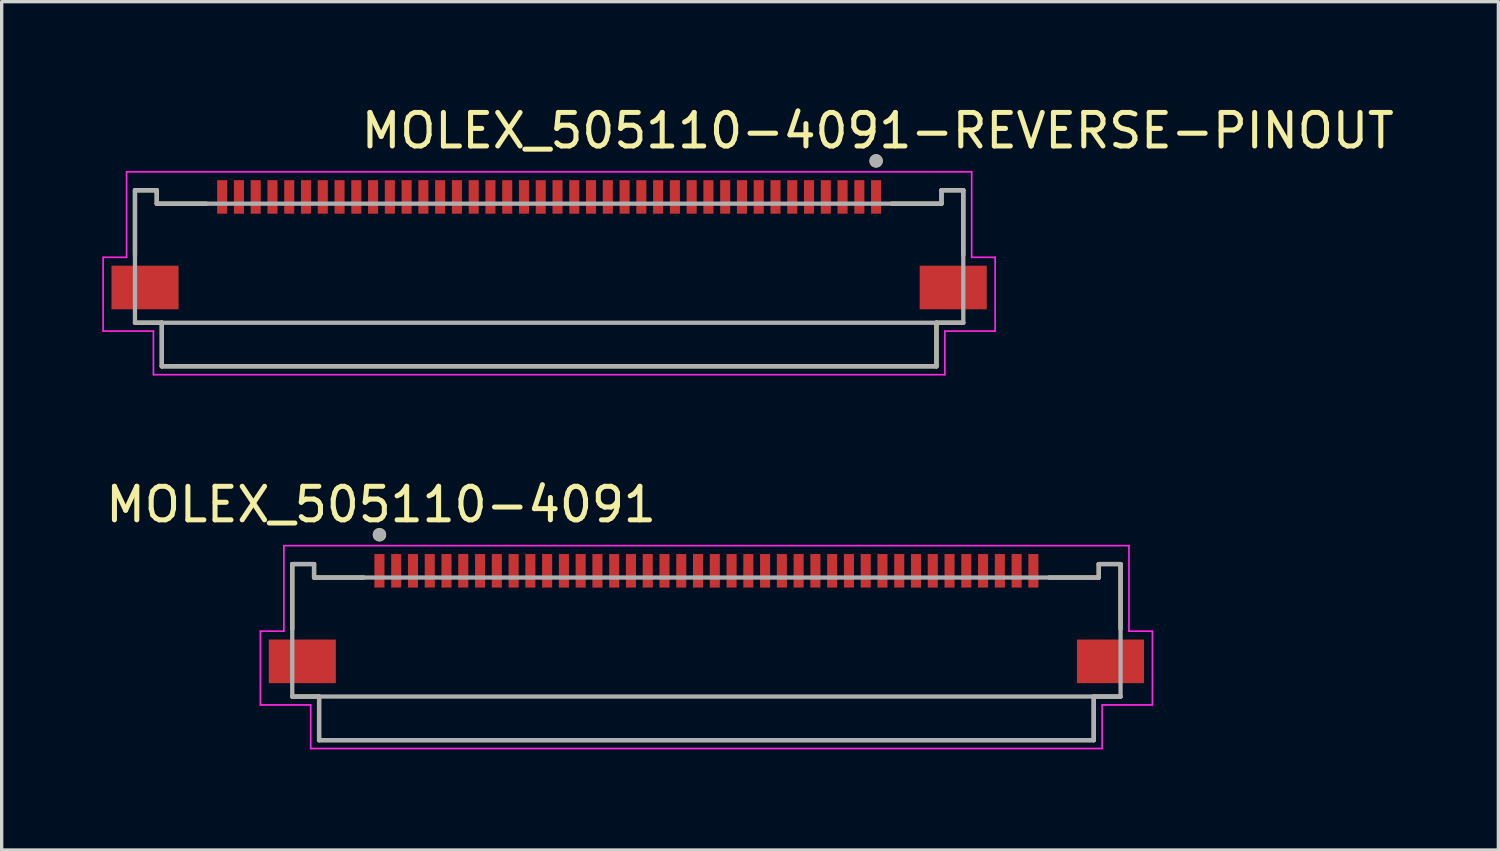
<source format=kicad_pcb>
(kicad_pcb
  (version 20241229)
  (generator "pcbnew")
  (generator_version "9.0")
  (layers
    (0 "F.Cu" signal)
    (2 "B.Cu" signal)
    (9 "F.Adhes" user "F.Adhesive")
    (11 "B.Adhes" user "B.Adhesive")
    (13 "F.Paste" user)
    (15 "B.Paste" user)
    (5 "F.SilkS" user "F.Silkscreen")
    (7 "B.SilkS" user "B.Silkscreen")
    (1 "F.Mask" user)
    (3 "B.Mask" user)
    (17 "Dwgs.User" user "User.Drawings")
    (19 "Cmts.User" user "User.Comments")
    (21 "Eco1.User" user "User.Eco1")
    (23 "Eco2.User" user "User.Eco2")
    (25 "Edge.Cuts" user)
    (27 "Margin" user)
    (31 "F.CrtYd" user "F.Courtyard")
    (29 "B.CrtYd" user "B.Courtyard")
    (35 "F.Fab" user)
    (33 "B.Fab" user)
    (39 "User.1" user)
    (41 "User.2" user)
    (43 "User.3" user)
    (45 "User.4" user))
  (footprint "MOLEX_505110-4091"
    (layer "F.Cu")
    (at 18.015 16.396)
    (property "Reference" "MOLEX_505110-4091" (at -9.7 -4.4 0) (layer "F.SilkS") (effects (font (size 1 1) (thickness 0.15))))
    (attr smd)
    (fp_line (start -12.35 -2.625) (end -12.35 -0.695) (stroke (width 0.127) (type solid)) (layer "F.SilkS"))
    (fp_line (start -12.35 1.325) (end -11.55 1.325) (stroke (width 0.127) (type solid)) (layer "F.SilkS"))
    (fp_line (start -11.7 -2.625) (end -12.35 -2.625) (stroke (width 0.127) (type solid)) (layer "F.SilkS"))
    (fp_line (start -11.7 -2.225) (end -11.7 -2.625) (stroke (width 0.127) (type solid)) (layer "F.SilkS"))
    (fp_line (start -11.7 -2.225) (end -10.22 -2.225) (stroke (width 0.127) (type solid)) (layer "F.SilkS"))
    (fp_line (start -11.55 1.325) (end -11.55 2.625) (stroke (width 0.127) (type solid)) (layer "F.SilkS"))
    (fp_line (start -11.55 2.625) (end 11.55 2.625) (stroke (width 0.127) (type solid)) (layer "F.SilkS"))
    (fp_line (start 10.22 -2.225) (end 11.7 -2.225) (stroke (width 0.127) (type solid)) (layer "F.SilkS"))
    (fp_line (start 11.55 1.325) (end 12.35 1.325) (stroke (width 0.127) (type solid)) (layer "F.SilkS"))
    (fp_line (start 11.55 2.625) (end 11.55 1.325) (stroke (width 0.127) (type solid)) (layer "F.SilkS"))
    (fp_line (start 11.7 -2.625) (end 11.7 -2.225) (stroke (width 0.127) (type solid)) (layer "F.SilkS"))
    (fp_line (start 12.35 -2.625) (end 11.7 -2.625) (stroke (width 0.127) (type solid)) (layer "F.SilkS"))
    (fp_line (start 12.35 -0.695) (end 12.35 -2.625) (stroke (width 0.127) (type solid)) (layer "F.SilkS"))
    (fp_circle (center -9.75 -3.5) (end -9.65 -3.5) (stroke (width 0.2) (type solid)) (fill no) (layer "F.SilkS"))
    (fp_line (start -13.3 -0.625) (end -12.6 -0.625) (stroke (width 0.05) (type solid)) (layer "F.CrtYd"))
    (fp_line (start -13.3 1.575) (end -13.3 -0.625) (stroke (width 0.05) (type solid)) (layer "F.CrtYd"))
    (fp_line (start -12.6 -3.175) (end 12.6 -3.175) (stroke (width 0.05) (type solid)) (layer "F.CrtYd"))
    (fp_line (start -12.6 -0.625) (end -12.6 -3.175) (stroke (width 0.05) (type solid)) (layer "F.CrtYd"))
    (fp_line (start -11.8 1.575) (end -13.3 1.575) (stroke (width 0.05) (type solid)) (layer "F.CrtYd"))
    (fp_line (start -11.8 2.875) (end -11.8 1.575) (stroke (width 0.05) (type solid)) (layer "F.CrtYd"))
    (fp_line (start 11.8 1.575) (end 11.8 2.875) (stroke (width 0.05) (type solid)) (layer "F.CrtYd"))
    (fp_line (start 11.8 2.875) (end -11.8 2.875) (stroke (width 0.05) (type solid)) (layer "F.CrtYd"))
    (fp_line (start 12.6 -3.175) (end 12.6 -0.625) (stroke (width 0.05) (type solid)) (layer "F.CrtYd"))
    (fp_line (start 12.6 -0.625) (end 13.3 -0.625) (stroke (width 0.05) (type solid)) (layer "F.CrtYd"))
    (fp_line (start 13.3 -0.625) (end 13.3 1.575) (stroke (width 0.05) (type solid)) (layer "F.CrtYd"))
    (fp_line (start 13.3 1.575) (end 11.8 1.575) (stroke (width 0.05) (type solid)) (layer "F.CrtYd"))
    (fp_line (start -12.35 -2.625) (end -12.35 1.325) (stroke (width 0.127) (type solid)) (layer "F.Fab"))
    (fp_line (start -12.35 1.325) (end -11.55 1.325) (stroke (width 0.127) (type solid)) (layer "F.Fab"))
    (fp_line (start -11.7 -2.625) (end -12.35 -2.625) (stroke (width 0.127) (type solid)) (layer "F.Fab"))
    (fp_line (start -11.7 -2.225) (end -11.7 -2.625) (stroke (width 0.127) (type solid)) (layer "F.Fab"))
    (fp_line (start -11.55 1.325) (end -11.55 2.625) (stroke (width 0.127) (type solid)) (layer "F.Fab"))
    (fp_line (start -11.55 1.325) (end 11.55 1.325) (stroke (width 0.127) (type solid)) (layer "F.Fab"))
    (fp_line (start -11.55 2.625) (end 11.55 2.625) (stroke (width 0.127) (type solid)) (layer "F.Fab"))
    (fp_line (start 11.55 1.325) (end 12.35 1.325) (stroke (width 0.127) (type solid)) (layer "F.Fab"))
    (fp_line (start 11.55 2.625) (end 11.55 1.325) (stroke (width 0.127) (type solid)) (layer "F.Fab"))
    (fp_line (start 11.7 -2.625) (end 11.7 -2.225) (stroke (width 0.127) (type solid)) (layer "F.Fab"))
    (fp_line (start 11.7 -2.225) (end -11.7 -2.225) (stroke (width 0.127) (type solid)) (layer "F.Fab"))
    (fp_line (start 12.35 -2.625) (end 11.7 -2.625) (stroke (width 0.127) (type solid)) (layer "F.Fab"))
    (fp_line (start 12.35 1.325) (end 12.35 -2.625) (stroke (width 0.127) (type solid)) (layer "F.Fab"))
    (fp_circle (center -9.75 -3.5) (end -9.65 -3.5) (stroke (width 0.2) (type solid)) (fill no) (layer "F.Fab"))
    (pad "1" smd rect (at -9.75 -2.425) (size 0.3 1) (layers "F.Cu" "F.Mask" "F.Paste"))
    (pad "2" smd rect (at -9.25 -2.425) (size 0.3 1) (layers "F.Cu" "F.Mask" "F.Paste"))
    (pad "3" smd rect (at -8.75 -2.425) (size 0.3 1) (layers "F.Cu" "F.Mask" "F.Paste"))
    (pad "4" smd rect (at -8.25 -2.425) (size 0.3 1) (layers "F.Cu" "F.Mask" "F.Paste"))
    (pad "5" smd rect (at -7.75 -2.425) (size 0.3 1) (layers "F.Cu" "F.Mask" "F.Paste"))
    (pad "6" smd rect (at -7.25 -2.425) (size 0.3 1) (layers "F.Cu" "F.Mask" "F.Paste"))
    (pad "7" smd rect (at -6.75 -2.425) (size 0.3 1) (layers "F.Cu" "F.Mask" "F.Paste"))
    (pad "8" smd rect (at -6.25 -2.425) (size 0.3 1) (layers "F.Cu" "F.Mask" "F.Paste"))
    (pad "9" smd rect (at -5.75 -2.425) (size 0.3 1) (layers "F.Cu" "F.Mask" "F.Paste"))
    (pad "10" smd rect (at -5.25 -2.425) (size 0.3 1) (layers "F.Cu" "F.Mask" "F.Paste"))
    (pad "11" smd rect (at -4.75 -2.425) (size 0.3 1) (layers "F.Cu" "F.Mask" "F.Paste"))
    (pad "12" smd rect (at -4.25 -2.425) (size 0.3 1) (layers "F.Cu" "F.Mask" "F.Paste"))
    (pad "13" smd rect (at -3.75 -2.425) (size 0.3 1) (layers "F.Cu" "F.Mask" "F.Paste"))
    (pad "14" smd rect (at -3.25 -2.425) (size 0.3 1) (layers "F.Cu" "F.Mask" "F.Paste"))
    (pad "15" smd rect (at -2.75 -2.425) (size 0.3 1) (layers "F.Cu" "F.Mask" "F.Paste"))
    (pad "16" smd rect (at -2.25 -2.425) (size 0.3 1) (layers "F.Cu" "F.Mask" "F.Paste"))
    (pad "17" smd rect (at -1.75 -2.425) (size 0.3 1) (layers "F.Cu" "F.Mask" "F.Paste"))
    (pad "18" smd rect (at -1.25 -2.425) (size 0.3 1) (layers "F.Cu" "F.Mask" "F.Paste"))
    (pad "19" smd rect (at -0.75 -2.425) (size 0.3 1) (layers "F.Cu" "F.Mask" "F.Paste"))
    (pad "20" smd rect (at -0.25 -2.425) (size 0.3 1) (layers "F.Cu" "F.Mask" "F.Paste"))
    (pad "21" smd rect (at 0.25 -2.425) (size 0.3 1) (layers "F.Cu" "F.Mask" "F.Paste"))
    (pad "22" smd rect (at 0.75 -2.425) (size 0.3 1) (layers "F.Cu" "F.Mask" "F.Paste"))
    (pad "23" smd rect (at 1.25 -2.425) (size 0.3 1) (layers "F.Cu" "F.Mask" "F.Paste"))
    (pad "24" smd rect (at 1.75 -2.425) (size 0.3 1) (layers "F.Cu" "F.Mask" "F.Paste"))
    (pad "25" smd rect (at 2.25 -2.425) (size 0.3 1) (layers "F.Cu" "F.Mask" "F.Paste"))
    (pad "26" smd rect (at 2.75 -2.425) (size 0.3 1) (layers "F.Cu" "F.Mask" "F.Paste"))
    (pad "27" smd rect (at 3.25 -2.425) (size 0.3 1) (layers "F.Cu" "F.Mask" "F.Paste"))
    (pad "28" smd rect (at 3.75 -2.425) (size 0.3 1) (layers "F.Cu" "F.Mask" "F.Paste"))
    (pad "29" smd rect (at 4.25 -2.425) (size 0.3 1) (layers "F.Cu" "F.Mask" "F.Paste"))
    (pad "30" smd rect (at 4.75 -2.425) (size 0.3 1) (layers "F.Cu" "F.Mask" "F.Paste"))
    (pad "31" smd rect (at 5.25 -2.425) (size 0.3 1) (layers "F.Cu" "F.Mask" "F.Paste"))
    (pad "32" smd rect (at 5.75 -2.425) (size 0.3 1) (layers "F.Cu" "F.Mask" "F.Paste"))
    (pad "33" smd rect (at 6.25 -2.425) (size 0.3 1) (layers "F.Cu" "F.Mask" "F.Paste"))
    (pad "34" smd rect (at 6.75 -2.425) (size 0.3 1) (layers "F.Cu" "F.Mask" "F.Paste"))
    (pad "35" smd rect (at 7.25 -2.425) (size 0.3 1) (layers "F.Cu" "F.Mask" "F.Paste"))
    (pad "36" smd rect (at 7.75 -2.425) (size 0.3 1) (layers "F.Cu" "F.Mask" "F.Paste"))
    (pad "37" smd rect (at 8.25 -2.425) (size 0.3 1) (layers "F.Cu" "F.Mask" "F.Paste"))
    (pad "38" smd rect (at 8.75 -2.425) (size 0.3 1) (layers "F.Cu" "F.Mask" "F.Paste"))
    (pad "39" smd rect (at 9.25 -2.425) (size 0.3 1) (layers "F.Cu" "F.Mask" "F.Paste"))
    (pad "40" smd rect (at 9.75 -2.425) (size 0.3 1) (layers "F.Cu" "F.Mask" "F.Paste"))
    (pad "MP" smd rect (at -12.05 0.275) (size 2 1.3) (layers "F.Cu" "F.Mask" "F.Paste"))
    (pad "MP" smd rect (at 12.05 0.275) (size 2 1.3) (layers "F.Cu" "F.Mask" "F.Paste")))
  (footprint "MOLEX_505110-4091-REVERSE-PINOUT"
    (layer "F.Cu")
    (at 13.325 5.248)
    (property "Reference" "MOLEX_505110-4091-REVERSE-PINOUT" (at 9.8 -4.4 0) (layer "F.SilkS") (effects (font (size 1 1) (thickness 0.15))))
    (attr smd)
    (fp_line (start -12.35 -2.625) (end -12.35 -0.695) (stroke (width 0.127) (type solid)) (layer "F.SilkS"))
    (fp_line (start -12.35 1.325) (end -11.55 1.325) (stroke (width 0.127) (type solid)) (layer "F.SilkS"))
    (fp_line (start -11.7 -2.625) (end -12.35 -2.625) (stroke (width 0.127) (type solid)) (layer "F.SilkS"))
    (fp_line (start -11.7 -2.225) (end -11.7 -2.625) (stroke (width 0.127) (type solid)) (layer "F.SilkS"))
    (fp_line (start -11.7 -2.225) (end -10.22 -2.225) (stroke (width 0.127) (type solid)) (layer "F.SilkS"))
    (fp_line (start -11.55 1.325) (end -11.55 2.625) (stroke (width 0.127) (type solid)) (layer "F.SilkS"))
    (fp_line (start -11.55 2.625) (end 11.55 2.625) (stroke (width 0.127) (type solid)) (layer "F.SilkS"))
    (fp_line (start 10.22 -2.225) (end 11.7 -2.225) (stroke (width 0.127) (type solid)) (layer "F.SilkS"))
    (fp_line (start 11.55 1.325) (end 12.35 1.325) (stroke (width 0.127) (type solid)) (layer "F.SilkS"))
    (fp_line (start 11.55 2.625) (end 11.55 1.325) (stroke (width 0.127) (type solid)) (layer "F.SilkS"))
    (fp_line (start 11.7 -2.625) (end 11.7 -2.225) (stroke (width 0.127) (type solid)) (layer "F.SilkS"))
    (fp_line (start 12.35 -2.625) (end 11.7 -2.625) (stroke (width 0.127) (type solid)) (layer "F.SilkS"))
    (fp_line (start 12.35 -0.695) (end 12.35 -2.625) (stroke (width 0.127) (type solid)) (layer "F.SilkS"))
    (fp_circle (center 9.75 -3.5) (end 9.85 -3.5) (stroke (width 0.2) (type solid)) (fill no) (layer "F.SilkS"))
    (fp_line (start -13.3 -0.625) (end -12.6 -0.625) (stroke (width 0.05) (type solid)) (layer "F.CrtYd"))
    (fp_line (start -13.3 1.575) (end -13.3 -0.625) (stroke (width 0.05) (type solid)) (layer "F.CrtYd"))
    (fp_line (start -12.6 -3.175) (end 12.6 -3.175) (stroke (width 0.05) (type solid)) (layer "F.CrtYd"))
    (fp_line (start -12.6 -0.625) (end -12.6 -3.175) (stroke (width 0.05) (type solid)) (layer "F.CrtYd"))
    (fp_line (start -11.8 1.575) (end -13.3 1.575) (stroke (width 0.05) (type solid)) (layer "F.CrtYd"))
    (fp_line (start -11.8 2.875) (end -11.8 1.575) (stroke (width 0.05) (type solid)) (layer "F.CrtYd"))
    (fp_line (start 11.8 1.575) (end 11.8 2.875) (stroke (width 0.05) (type solid)) (layer "F.CrtYd"))
    (fp_line (start 11.8 2.875) (end -11.8 2.875) (stroke (width 0.05) (type solid)) (layer "F.CrtYd"))
    (fp_line (start 12.6 -3.175) (end 12.6 -0.625) (stroke (width 0.05) (type solid)) (layer "F.CrtYd"))
    (fp_line (start 12.6 -0.625) (end 13.3 -0.625) (stroke (width 0.05) (type solid)) (layer "F.CrtYd"))
    (fp_line (start 13.3 -0.625) (end 13.3 1.575) (stroke (width 0.05) (type solid)) (layer "F.CrtYd"))
    (fp_line (start 13.3 1.575) (end 11.8 1.575) (stroke (width 0.05) (type solid)) (layer "F.CrtYd"))
    (fp_line (start -12.35 -2.625) (end -12.35 1.325) (stroke (width 0.127) (type solid)) (layer "F.Fab"))
    (fp_line (start -12.35 1.325) (end -11.55 1.325) (stroke (width 0.127) (type solid)) (layer "F.Fab"))
    (fp_line (start -11.7 -2.625) (end -12.35 -2.625) (stroke (width 0.127) (type solid)) (layer "F.Fab"))
    (fp_line (start -11.7 -2.225) (end -11.7 -2.625) (stroke (width 0.127) (type solid)) (layer "F.Fab"))
    (fp_line (start -11.55 1.325) (end -11.55 2.625) (stroke (width 0.127) (type solid)) (layer "F.Fab"))
    (fp_line (start -11.55 1.325) (end 11.55 1.325) (stroke (width 0.127) (type solid)) (layer "F.Fab"))
    (fp_line (start -11.55 2.625) (end 11.55 2.625) (stroke (width 0.127) (type solid)) (layer "F.Fab"))
    (fp_line (start 11.55 1.325) (end 12.35 1.325) (stroke (width 0.127) (type solid)) (layer "F.Fab"))
    (fp_line (start 11.55 2.625) (end 11.55 1.325) (stroke (width 0.127) (type solid)) (layer "F.Fab"))
    (fp_line (start 11.7 -2.625) (end 11.7 -2.225) (stroke (width 0.127) (type solid)) (layer "F.Fab"))
    (fp_line (start 11.7 -2.225) (end -11.7 -2.225) (stroke (width 0.127) (type solid)) (layer "F.Fab"))
    (fp_line (start 12.35 -2.625) (end 11.7 -2.625) (stroke (width 0.127) (type solid)) (layer "F.Fab"))
    (fp_line (start 12.35 1.325) (end 12.35 -2.625) (stroke (width 0.127) (type solid)) (layer "F.Fab"))
    (fp_circle (center 9.75 -3.5) (end 9.85 -3.5) (stroke (width 0.2) (type solid)) (fill no) (layer "F.Fab"))
    (pad "1" smd rect (at 9.75 -2.425) (size 0.3 1) (layers "F.Cu" "F.Mask" "F.Paste"))
    (pad "2" smd rect (at 9.25 -2.425) (size 0.3 1) (layers "F.Cu" "F.Mask" "F.Paste"))
    (pad "3" smd rect (at 8.75 -2.425) (size 0.3 1) (layers "F.Cu" "F.Mask" "F.Paste"))
    (pad "4" smd rect (at 8.25 -2.425) (size 0.3 1) (layers "F.Cu" "F.Mask" "F.Paste"))
    (pad "5" smd rect (at 7.75 -2.425) (size 0.3 1) (layers "F.Cu" "F.Mask" "F.Paste"))
    (pad "6" smd rect (at 7.25 -2.425) (size 0.3 1) (layers "F.Cu" "F.Mask" "F.Paste"))
    (pad "7" smd rect (at 6.75 -2.425) (size 0.3 1) (layers "F.Cu" "F.Mask" "F.Paste"))
    (pad "8" smd rect (at 6.25 -2.425) (size 0.3 1) (layers "F.Cu" "F.Mask" "F.Paste"))
    (pad "9" smd rect (at 5.75 -2.425) (size 0.3 1) (layers "F.Cu" "F.Mask" "F.Paste"))
    (pad "10" smd rect (at 5.25 -2.425) (size 0.3 1) (layers "F.Cu" "F.Mask" "F.Paste"))
    (pad "11" smd rect (at 4.75 -2.425) (size 0.3 1) (layers "F.Cu" "F.Mask" "F.Paste"))
    (pad "12" smd rect (at 4.25 -2.425) (size 0.3 1) (layers "F.Cu" "F.Mask" "F.Paste"))
    (pad "13" smd rect (at 3.75 -2.425) (size 0.3 1) (layers "F.Cu" "F.Mask" "F.Paste"))
    (pad "14" smd rect (at 3.25 -2.425) (size 0.3 1) (layers "F.Cu" "F.Mask" "F.Paste"))
    (pad "15" smd rect (at 2.75 -2.425) (size 0.3 1) (layers "F.Cu" "F.Mask" "F.Paste"))
    (pad "16" smd rect (at 2.25 -2.425) (size 0.3 1) (layers "F.Cu" "F.Mask" "F.Paste"))
    (pad "17" smd rect (at 1.75 -2.425) (size 0.3 1) (layers "F.Cu" "F.Mask" "F.Paste"))
    (pad "18" smd rect (at 1.25 -2.425) (size 0.3 1) (layers "F.Cu" "F.Mask" "F.Paste"))
    (pad "19" smd rect (at 0.75 -2.425) (size 0.3 1) (layers "F.Cu" "F.Mask" "F.Paste"))
    (pad "20" smd rect (at 0.25 -2.425) (size 0.3 1) (layers "F.Cu" "F.Mask" "F.Paste"))
    (pad "21" smd rect (at -0.25 -2.425) (size 0.3 1) (layers "F.Cu" "F.Mask" "F.Paste"))
    (pad "22" smd rect (at -0.75 -2.425) (size 0.3 1) (layers "F.Cu" "F.Mask" "F.Paste"))
    (pad "23" smd rect (at -1.25 -2.425) (size 0.3 1) (layers "F.Cu" "F.Mask" "F.Paste"))
    (pad "24" smd rect (at -1.75 -2.425) (size 0.3 1) (layers "F.Cu" "F.Mask" "F.Paste"))
    (pad "25" smd rect (at -2.25 -2.425) (size 0.3 1) (layers "F.Cu" "F.Mask" "F.Paste"))
    (pad "26" smd rect (at -2.75 -2.425) (size 0.3 1) (layers "F.Cu" "F.Mask" "F.Paste"))
    (pad "27" smd rect (at -3.25 -2.425) (size 0.3 1) (layers "F.Cu" "F.Mask" "F.Paste"))
    (pad "28" smd rect (at -3.75 -2.425) (size 0.3 1) (layers "F.Cu" "F.Mask" "F.Paste"))
    (pad "29" smd rect (at -4.25 -2.425) (size 0.3 1) (layers "F.Cu" "F.Mask" "F.Paste"))
    (pad "30" smd rect (at -4.75 -2.425) (size 0.3 1) (layers "F.Cu" "F.Mask" "F.Paste"))
    (pad "31" smd rect (at -5.25 -2.425) (size 0.3 1) (layers "F.Cu" "F.Mask" "F.Paste"))
    (pad "32" smd rect (at -5.75 -2.425) (size 0.3 1) (layers "F.Cu" "F.Mask" "F.Paste"))
    (pad "33" smd rect (at -6.25 -2.425) (size 0.3 1) (layers "F.Cu" "F.Mask" "F.Paste"))
    (pad "34" smd rect (at -6.75 -2.425) (size 0.3 1) (layers "F.Cu" "F.Mask" "F.Paste"))
    (pad "35" smd rect (at -7.25 -2.425) (size 0.3 1) (layers "F.Cu" "F.Mask" "F.Paste"))
    (pad "36" smd rect (at -7.75 -2.425) (size 0.3 1) (layers "F.Cu" "F.Mask" "F.Paste"))
    (pad "37" smd rect (at -8.25 -2.425) (size 0.3 1) (layers "F.Cu" "F.Mask" "F.Paste"))
    (pad "38" smd rect (at -8.75 -2.425) (size 0.3 1) (layers "F.Cu" "F.Mask" "F.Paste"))
    (pad "39" smd rect (at -9.25 -2.425) (size 0.3 1) (layers "F.Cu" "F.Mask" "F.Paste"))
    (pad "40" smd rect (at -9.75 -2.425) (size 0.3 1) (layers "F.Cu" "F.Mask" "F.Paste"))
    (pad "MP" smd rect (at -12.05 0.275) (size 2 1.3) (layers "F.Cu" "F.Mask" "F.Paste"))
    (pad "MP" smd rect (at 12.05 0.275) (size 2 1.3) (layers "F.Cu" "F.Mask" "F.Paste")))
  (gr_rect
    (start -3 -3)
    (end 41.631 22.297)
    (stroke (width 0.1) (type default))
    (fill no)
    (layer "Edge.Cuts")))
</source>
